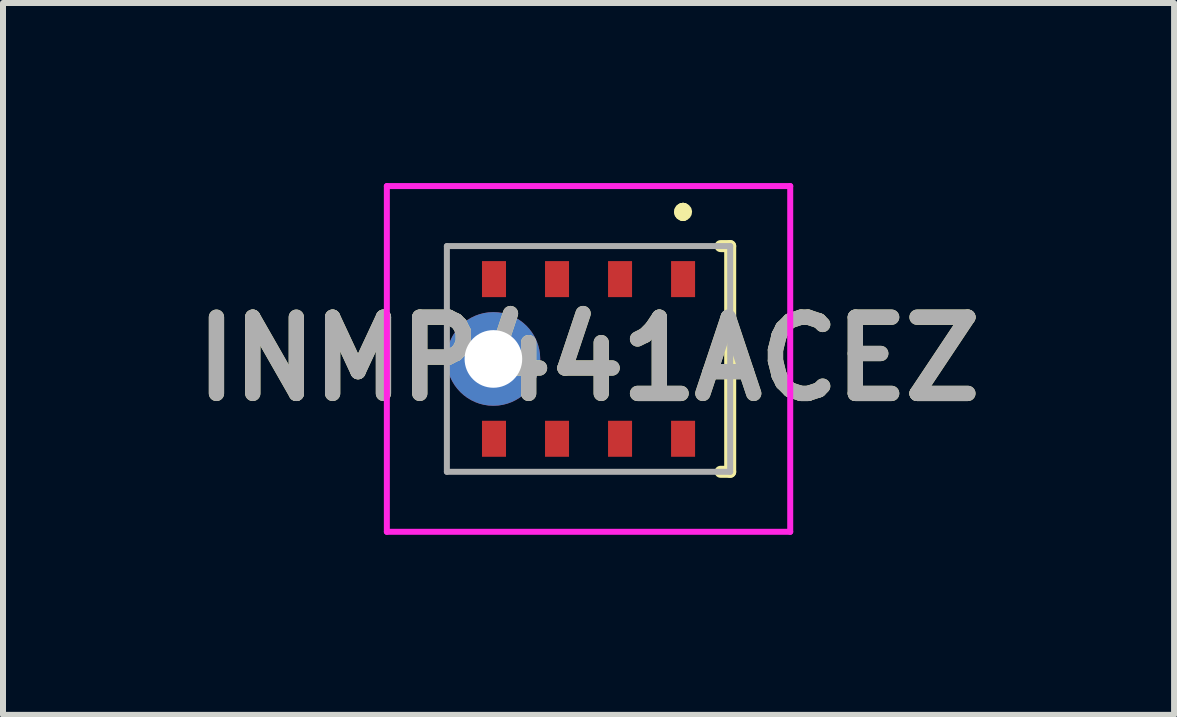
<source format=kicad_pcb>
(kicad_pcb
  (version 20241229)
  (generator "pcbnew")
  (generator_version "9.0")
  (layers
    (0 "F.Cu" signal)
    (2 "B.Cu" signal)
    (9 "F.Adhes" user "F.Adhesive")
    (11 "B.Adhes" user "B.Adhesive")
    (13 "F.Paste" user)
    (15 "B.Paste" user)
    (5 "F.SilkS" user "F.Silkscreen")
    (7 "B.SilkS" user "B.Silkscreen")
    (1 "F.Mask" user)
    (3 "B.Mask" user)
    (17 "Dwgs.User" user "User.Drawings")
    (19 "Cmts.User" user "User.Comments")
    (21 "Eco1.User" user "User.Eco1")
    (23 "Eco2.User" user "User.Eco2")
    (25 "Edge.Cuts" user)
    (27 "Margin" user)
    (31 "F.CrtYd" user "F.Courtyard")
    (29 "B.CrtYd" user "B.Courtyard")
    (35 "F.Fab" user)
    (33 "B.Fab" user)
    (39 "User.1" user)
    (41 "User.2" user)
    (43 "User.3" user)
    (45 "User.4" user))
  (footprint "INMP441ACEZ"
    (layer "F.Cu")
    (at 6.755 2.93)
    (property "Reference" "INMP441ACEZ" (at 0 0 0) (layer "F.SilkS") (effects (font (size 1.27 1.27) (thickness 0.254))))
    (attr through_hole)
    (fp_line (start 1.575 -2.5) (end 1.575 -2.5) (stroke (width 0.2) (type solid)) (layer "F.SilkS"))
    (fp_line (start 1.575 -2.5) (end 1.575 -2.5) (stroke (width 0.2) (type solid)) (layer "F.SilkS"))
    (fp_line (start 1.575 -2.4) (end 1.575 -2.4) (stroke (width 0.2) (type solid)) (layer "F.SilkS"))
    (fp_line (start 2.2 -1.88) (end 2.36 -1.88) (stroke (width 0.2) (type solid)) (layer "F.SilkS"))
    (fp_line (start 2.36 -1.88) (end 2.36 1.88) (stroke (width 0.2) (type solid)) (layer "F.SilkS"))
    (fp_line (start 2.36 1.88) (end 2.2 1.88) (stroke (width 0.2) (type solid)) (layer "F.SilkS"))
    (fp_arc (start 1.575 -2.5) (mid 1.625 -2.45) (end 1.575 -2.4) (stroke (width 0.2) (type solid)) (layer "F.SilkS"))
    (fp_arc (start 1.575 -2.4) (mid 1.525 -2.45) (end 1.575 -2.5) (stroke (width 0.2) (type solid)) (layer "F.SilkS"))
    (fp_arc (start 1.575 -2.4) (mid 1.525 -2.45) (end 1.575 -2.5) (stroke (width 0.2) (type solid)) (layer "F.SilkS"))
    (fp_line (start -3.36 -2.88) (end -3.36 2.88) (stroke (width 0.1) (type solid)) (layer "F.CrtYd"))
    (fp_line (start -3.36 2.88) (end 3.36 2.88) (stroke (width 0.1) (type solid)) (layer "F.CrtYd"))
    (fp_line (start 3.36 -2.88) (end -3.36 -2.88) (stroke (width 0.1) (type solid)) (layer "F.CrtYd"))
    (fp_line (start 3.36 2.88) (end 3.36 -2.88) (stroke (width 0.1) (type solid)) (layer "F.CrtYd"))
    (fp_line (start -2.36 -1.88) (end -2.36 1.88) (stroke (width 0.1) (type solid)) (layer "F.Fab"))
    (fp_line (start -2.36 1.88) (end 2.36 1.88) (stroke (width 0.1) (type solid)) (layer "F.Fab"))
    (fp_line (start 2.36 -1.88) (end -2.36 -1.88) (stroke (width 0.1) (type solid)) (layer "F.Fab"))
    (fp_line (start 2.36 1.88) (end 2.36 -1.88) (stroke (width 0.1) (type solid)) (layer "F.Fab"))
    (fp_text user "${REFERENCE}" (at 0 0 0) (layer "F.Fab") (effects (font (size 1.27 1.27) (thickness 0.254))))
    (pad "1" smd rect (at 1.575 -1.33) (size 0.4 0.6) (layers "F.Cu" "F.Mask" "F.Paste"))
    (pad "2" smd rect (at 0.525 -1.33) (size 0.4 0.6) (layers "F.Cu" "F.Mask" "F.Paste"))
    (pad "3" smd rect (at -0.525 -1.33) (size 0.4 0.6) (layers "F.Cu" "F.Mask" "F.Paste"))
    (pad "4" smd rect (at -1.575 -1.33) (size 0.4 0.6) (layers "F.Cu" "F.Mask" "F.Paste"))
    (pad "5" thru_hole circle (at -1.585 0) (size 1.56 1.56) (drill 0.96) (layers "*.Cu" "*.Mask"))
    (pad "6" smd rect (at -1.575 1.33) (size 0.4 0.6) (layers "F.Cu" "F.Mask" "F.Paste"))
    (pad "7" smd rect (at -0.525 1.33) (size 0.4 0.6) (layers "F.Cu" "F.Mask" "F.Paste"))
    (pad "8" smd rect (at 0.525 1.33) (size 0.4 0.6) (layers "F.Cu" "F.Mask" "F.Paste"))
    (pad "9" smd rect (at 1.575 1.33) (size 0.4 0.6) (layers "F.Cu" "F.Mask" "F.Paste")))
  (gr_rect
    (start -3 -3)
    (end 16.51 8.86)
    (stroke (width 0.1) (type default))
    (fill no)
    (layer "Edge.Cuts")))
</source>
